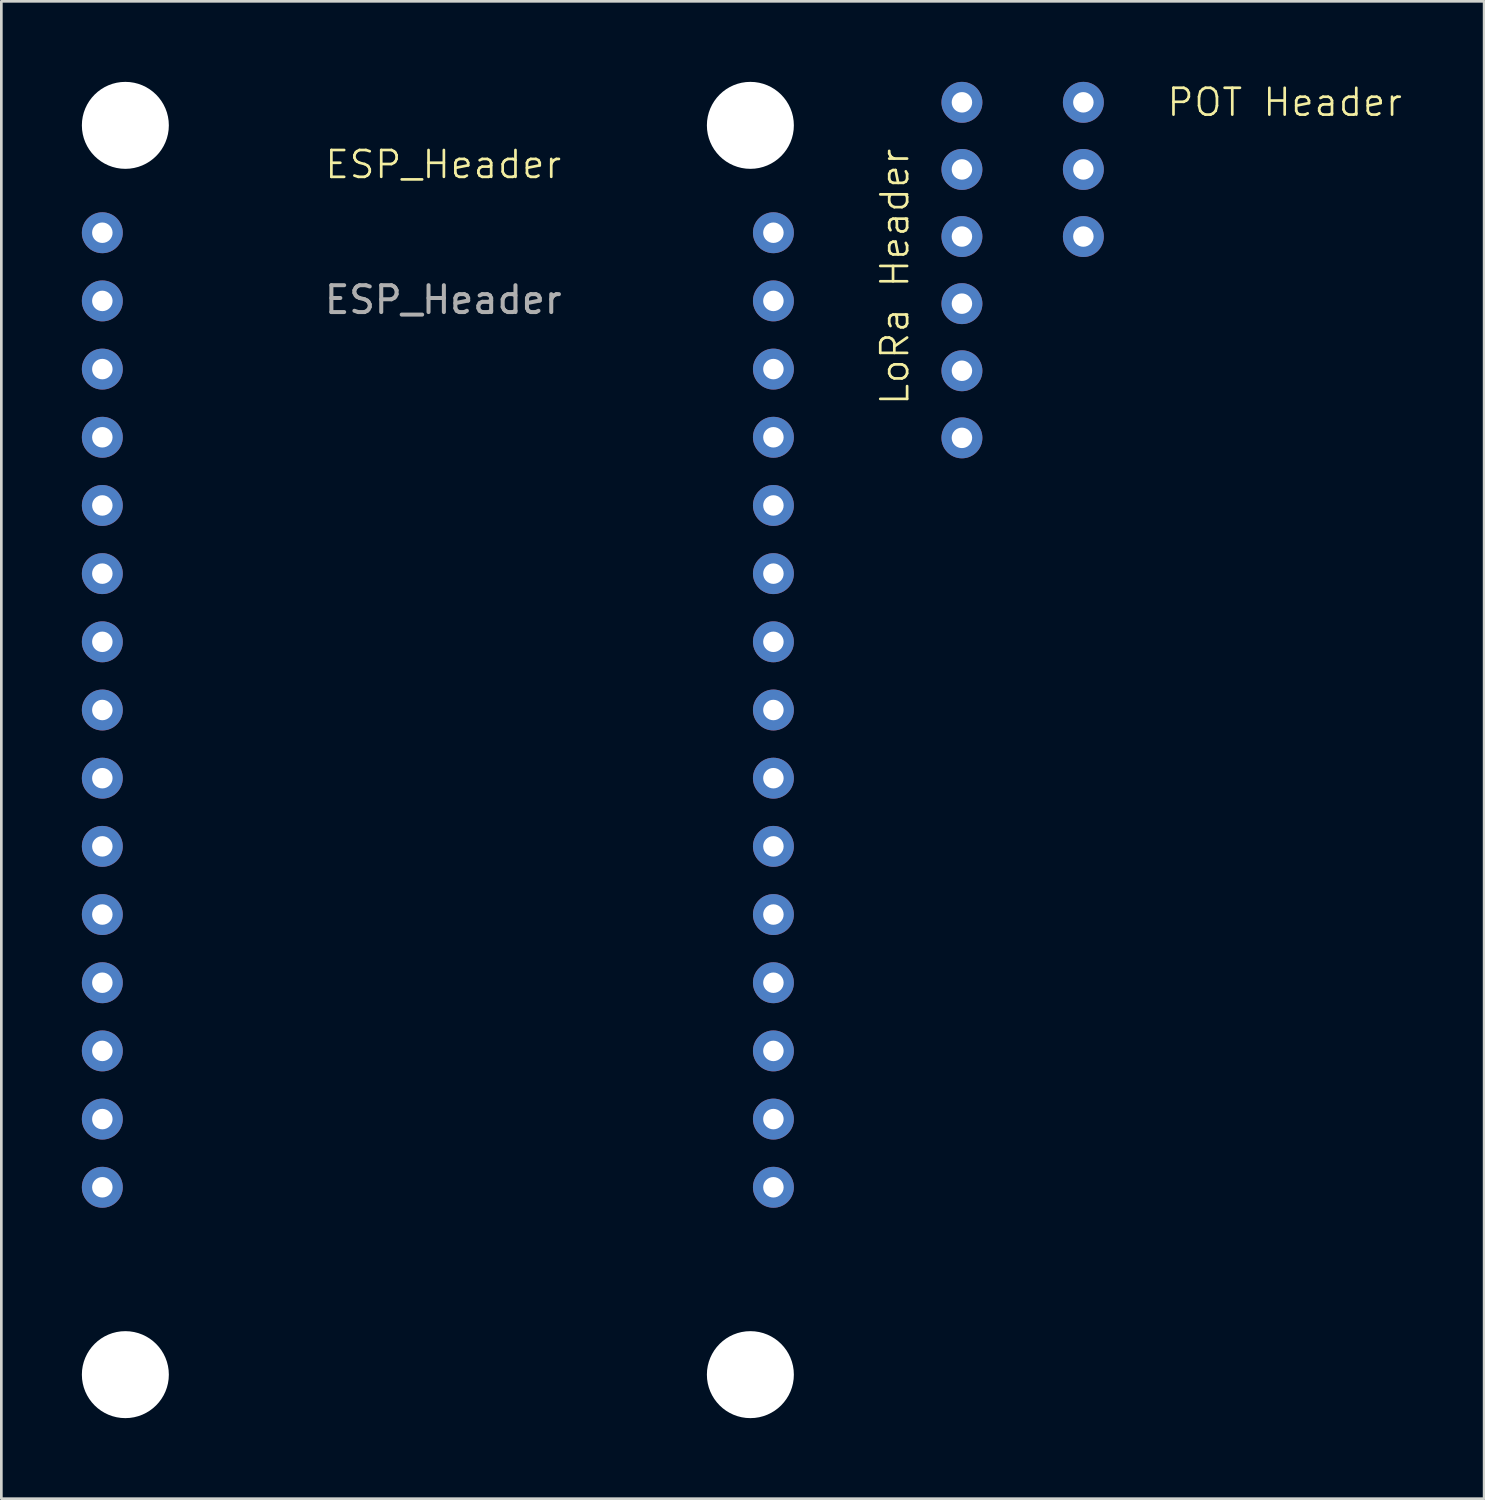
<source format=kicad_pcb>
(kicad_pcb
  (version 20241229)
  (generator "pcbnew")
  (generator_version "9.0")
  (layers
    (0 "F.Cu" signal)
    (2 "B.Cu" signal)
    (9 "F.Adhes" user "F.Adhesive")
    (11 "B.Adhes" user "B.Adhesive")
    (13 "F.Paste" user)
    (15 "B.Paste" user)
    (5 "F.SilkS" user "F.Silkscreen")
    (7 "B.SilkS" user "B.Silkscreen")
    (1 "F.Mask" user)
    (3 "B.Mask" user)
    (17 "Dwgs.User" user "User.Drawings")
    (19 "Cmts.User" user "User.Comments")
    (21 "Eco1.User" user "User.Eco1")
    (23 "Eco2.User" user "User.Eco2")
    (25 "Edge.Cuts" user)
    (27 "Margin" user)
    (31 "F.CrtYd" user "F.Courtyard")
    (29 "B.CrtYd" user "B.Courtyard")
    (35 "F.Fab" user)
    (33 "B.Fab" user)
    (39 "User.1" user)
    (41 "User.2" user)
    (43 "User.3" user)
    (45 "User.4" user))
  (footprint "POT Header"
    (layer "F.Cu")
    (at 37.309 0.762)
    (property "Reference" "POT Header" (at 7.5 0 0) (unlocked yes) (layer "F.SilkS") (effects (font (size 1 1) (thickness 0.1))))
    (attr through_hole)
    (pad "DIV" thru_hole circle (at 0 2.5) (size 1.524 1.524) (drill 0.762) (layers "*.Cu" "*.Mask"))
    (pad "GND" thru_hole circle (at 0 5) (size 1.524 1.524) (drill 0.762) (layers "*.Cu" "*.Mask"))
    (pad "VCC" thru_hole circle (at 0 0) (size 1.524 1.524) (drill 0.762) (layers "*.Cu" "*.Mask")))
  (footprint "LoRa Header"
    (layer "F.Cu")
    (at 32.785 0.762)
    (property "Reference" "LoRa Header" (at -2.5 6.5 90) (unlocked yes) (layer "F.SilkS") (effects (font (size 1 1) (thickness 0.1))))
    (attr through_hole)
    (pad "1" thru_hole circle (at 0 0) (size 1.524 1.524) (drill 0.762) (layers "*.Cu" "*.Mask"))
    (pad "2" thru_hole circle (at 0 2.5) (size 1.524 1.524) (drill 0.762) (layers "*.Cu" "*.Mask"))
    (pad "3" thru_hole circle (at 0 5) (size 1.524 1.524) (drill 0.762) (layers "*.Cu" "*.Mask"))
    (pad "4" thru_hole circle (at 0 7.5) (size 1.524 1.524) (drill 0.762) (layers "*.Cu" "*.Mask"))
    (pad "5" thru_hole circle (at 0 10) (size 1.524 1.524) (drill 0.762) (layers "*.Cu" "*.Mask"))
    (pad "6" thru_hole circle (at 0 12.5) (size 1.524 1.524) (drill 0.762) (layers "*.Cu" "*.Mask")))
  (footprint "ESP_Header"
    (layer "F.Cu")
    (at 0.762 5.62)
    (property "Reference" "ESP_Header" (at 12.7 -2.54 0) (unlocked yes) (layer "F.SilkS") (effects (font (size 1 1) (thickness 0.1))))
    (attr through_hole)
    (fp_text user "${REFERENCE}" (at 12.7 2.5 0) (unlocked yes) (layer "F.Fab") (effects (font (size 1 1) (thickness 0.15))))
    (pad "" np_thru_hole circle (at 0.858 -4) (size 3.24 3.24) (drill 3.24) (layers "*.Cu" "*.Mask"))
    (pad "" np_thru_hole circle (at 0.858 42.54) (size 3.24 3.24) (drill 3.24) (layers "*.Cu" "*.Mask"))
    (pad "" np_thru_hole circle (at 24.142 -4) (size 3.24 3.24) (drill 3.24) (layers "*.Cu" "*.Mask"))
    (pad "" np_thru_hole circle (at 24.142 42.54) (size 3.24 3.24) (drill 3.24) (layers "*.Cu" "*.Mask"))
    (pad "3.3V" thru_hole circle (at 25 35.56) (size 1.524 1.524) (drill 0.762) (layers "*.Cu" "*.Mask"))
    (pad "5" thru_hole circle (at 0 2.54) (size 1.524 1.524) (drill 0.762) (layers "*.Cu" "*.Mask"))
    (pad "8" thru_hole circle (at 0 5.08) (size 1.524 1.524) (drill 0.762) (layers "*.Cu" "*.Mask"))
    (pad "9" thru_hole circle (at 0 0) (size 1.524 1.524) (drill 0.762) (layers "*.Cu" "*.Mask"))
    (pad "10" thru_hole circle (at 0 7.62) (size 1.524 1.524) (drill 0.762) (layers "*.Cu" "*.Mask"))
    (pad "11" thru_hole circle (at 0 10.16) (size 1.524 1.524) (drill 0.762) (layers "*.Cu" "*.Mask"))
    (pad "12" thru_hole circle (at 0 12.7) (size 1.524 1.524) (drill 0.762) (layers "*.Cu" "*.Mask"))
    (pad "13" thru_hole circle (at 0 15.24) (size 1.524 1.524) (drill 0.762) (layers "*.Cu" "*.Mask"))
    (pad "14" thru_hole circle (at 0 17.78) (size 1.524 1.524) (drill 0.762) (layers "*.Cu" "*.Mask"))
    (pad "15" thru_hole circle (at 0 20.32) (size 1.524 1.524) (drill 0.762) (layers "*.Cu" "*.Mask"))
    (pad "16" thru_hole circle (at 0 22.86) (size 1.524 1.524) (drill 0.762) (layers "*.Cu" "*.Mask"))
    (pad "17" thru_hole circle (at 0 25.4) (size 1.524 1.524) (drill 0.762) (layers "*.Cu" "*.Mask"))
    (pad "18" thru_hole circle (at 0 27.94) (size 1.524 1.524) (drill 0.762) (layers "*.Cu" "*.Mask"))
    (pad "20" thru_hole circle (at 0 30.48) (size 1.524 1.524) (drill 0.762) (layers "*.Cu" "*.Mask"))
    (pad "21" thru_hole circle (at 25 30.48) (size 1.524 1.524) (drill 0.762) (layers "*.Cu" "*.Mask"))
    (pad "22" thru_hole circle (at 25 27.94) (size 1.524 1.524) (drill 0.762) (layers "*.Cu" "*.Mask"))
    (pad "24" thru_hole circle (at 25 25.4) (size 1.524 1.524) (drill 0.762) (layers "*.Cu" "*.Mask"))
    (pad "25" thru_hole circle (at 25 22.86) (size 1.524 1.524) (drill 0.762) (layers "*.Cu" "*.Mask"))
    (pad "27" thru_hole circle (at 25 20.32) (size 1.524 1.524) (drill 0.762) (layers "*.Cu" "*.Mask"))
    (pad "34" thru_hole circle (at 25 17.78) (size 1.524 1.524) (drill 0.762) (layers "*.Cu" "*.Mask"))
    (pad "35" thru_hole circle (at 25 15.24) (size 1.524 1.524) (drill 0.762) (layers "*.Cu" "*.Mask"))
    (pad "36" thru_hole circle (at 25 0) (size 1.524 1.524) (drill 0.762) (layers "*.Cu" "*.Mask"))
    (pad "38" thru_hole circle (at 25 12.7) (size 1.524 1.524) (drill 0.762) (layers "*.Cu" "*.Mask"))
    (pad "39" thru_hole circle (at 25 2.54) (size 1.524 1.524) (drill 0.762) (layers "*.Cu" "*.Mask"))
    (pad "40" thru_hole circle (at 25 7.62) (size 1.524 1.524) (drill 0.762) (layers "*.Cu" "*.Mask"))
    (pad "41" thru_hole circle (at 25 5.08) (size 1.524 1.524) (drill 0.762) (layers "*.Cu" "*.Mask"))
    (pad "42" thru_hole circle (at 25 10.16) (size 1.524 1.524) (drill 0.762) (layers "*.Cu" "*.Mask"))
    (pad "GND1" thru_hole circle (at 0 33.02) (size 1.524 1.524) (drill 0.762) (layers "*.Cu" "*.Mask"))
    (pad "GND2" thru_hole circle (at 25 33.02) (size 1.524 1.524) (drill 0.762) (layers "*.Cu" "*.Mask"))
    (pad "VIN" thru_hole circle (at 0 35.56) (size 1.524 1.524) (drill 0.762) (layers "*.Cu" "*.Mask")))
  (gr_rect
    (start -3 -3)
    (end 52.239 52.78)
    (stroke (width 0.1) (type default))
    (fill no)
    (layer "Edge.Cuts")))
</source>
